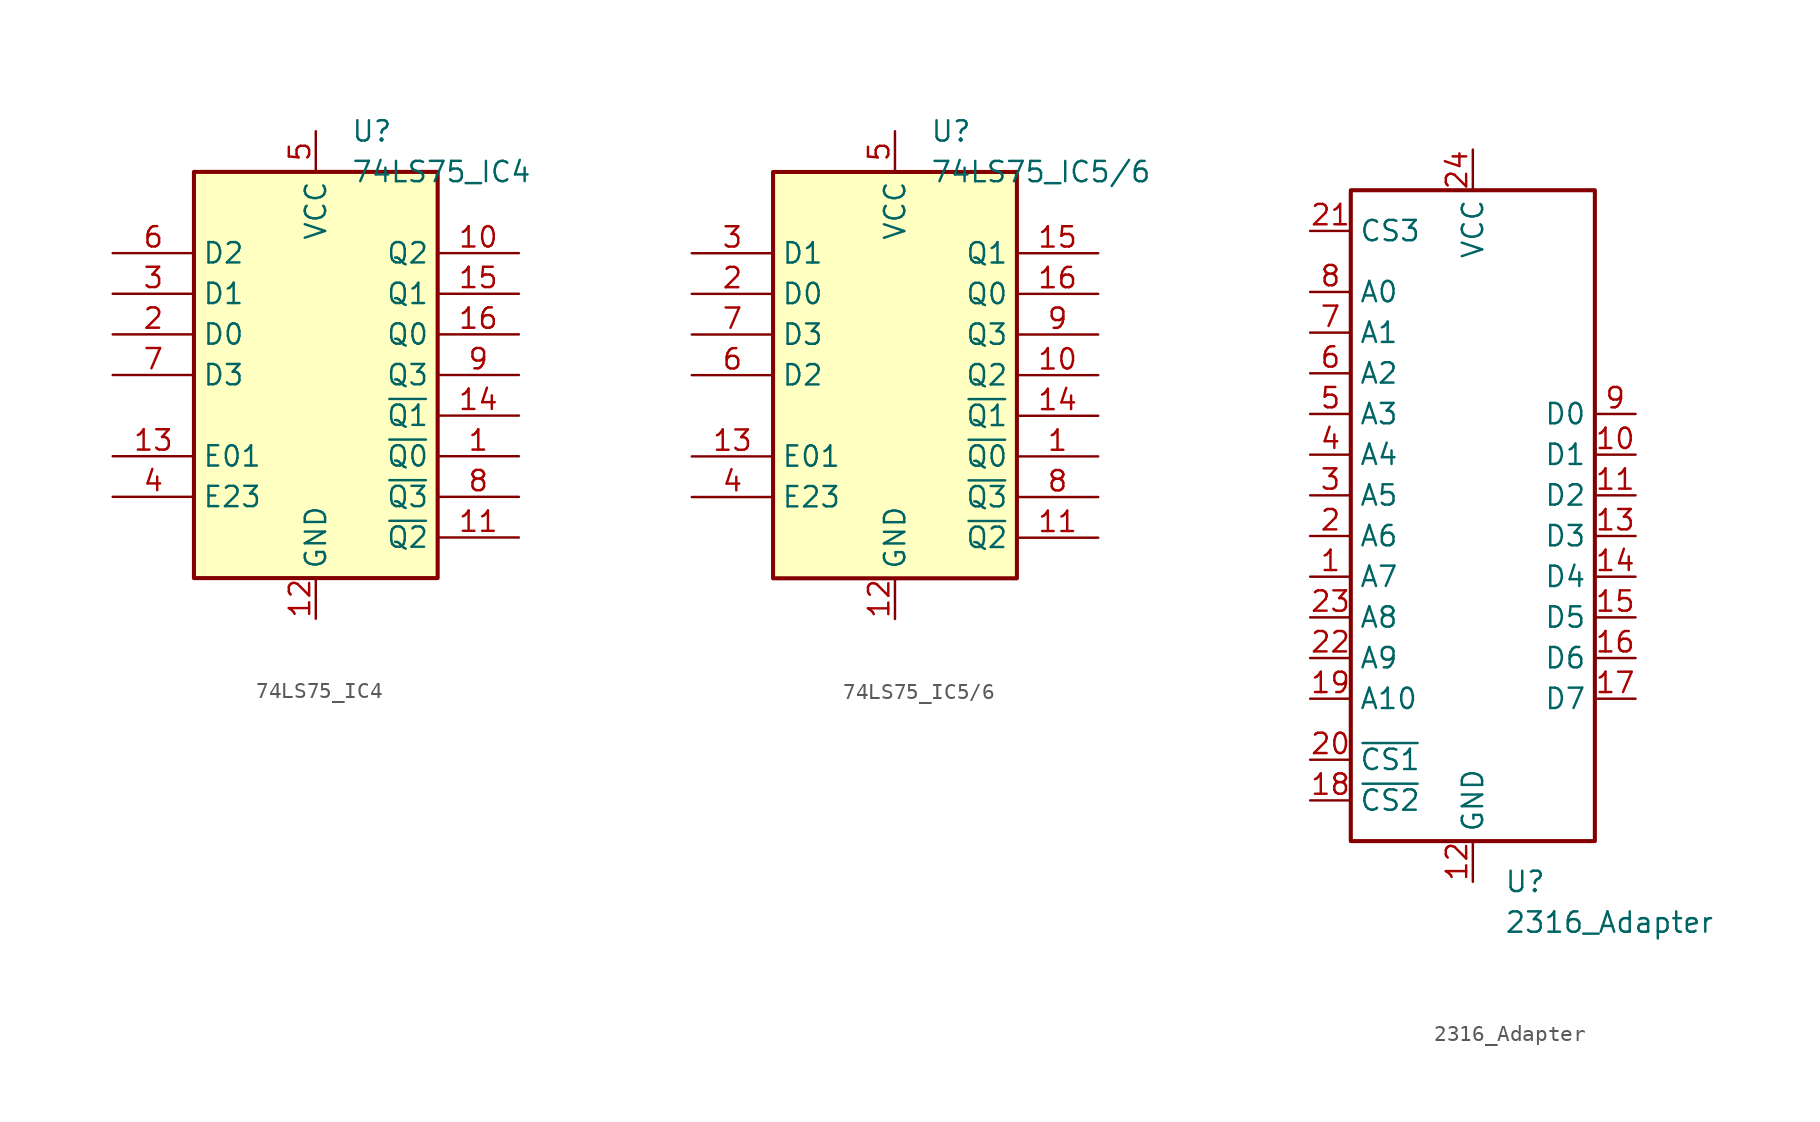
<source format=kicad_sym>
(kicad_symbol_lib
  (version 20231120)
  (generator "kicad_symbol_editor")
  (generator_version "8.0")
  (symbol "74LS75_IC4"
    (property "Reference" "U"
      (at 2.194 15.24 0)
      (effects (font (size 1.27 1.27)) (justify left)))
    (property "Value" "74LS75_IC4"
      (at 2.194 12.7 0)
      (effects (font (size 1.27 1.27)) (justify left)))
    (symbol "74LS75_IC4_1_0"
      (pin output line (at 12.7 -5.08 180) (length 5.08) (name "~{Q0}" (effects (font (size 1.27 1.27)))) (number "1" (effects (font (size 1.27 1.27)))))
      (pin output line (at 12.7 7.62 180) (length 5.08) (name "Q2" (effects (font (size 1.27 1.27)))) (number "10" (effects (font (size 1.27 1.27)))))
      (pin output line (at 12.7 -10.16 180) (length 5.08) (name "~{Q2}" (effects (font (size 1.27 1.27)))) (number "11" (effects (font (size 1.27 1.27)))))
      (pin power_in line (at 0 -15.24 90) (length 2.54) (name "GND" (effects (font (size 1.27 1.27)))) (number "12" (effects (font (size 1.27 1.27)))))
      (pin input line (at -12.7 -5.08 0) (length 5.08) (name "E01" (effects (font (size 1.27 1.27)))) (number "13" (effects (font (size 1.27 1.27)))))
      (pin output line (at 12.7 -2.54 180) (length 5.08) (name "~{Q1}" (effects (font (size 1.27 1.27)))) (number "14" (effects (font (size 1.27 1.27)))))
      (pin output line (at 12.7 5.08 180) (length 5.08) (name "Q1" (effects (font (size 1.27 1.27)))) (number "15" (effects (font (size 1.27 1.27)))))
      (pin output line (at 12.7 2.54 180) (length 5.08) (name "Q0" (effects (font (size 1.27 1.27)))) (number "16" (effects (font (size 1.27 1.27)))))
      (pin input line (at -12.7 2.54 0) (length 5.08) (name "D0" (effects (font (size 1.27 1.27)))) (number "2" (effects (font (size 1.27 1.27)))))
      (pin input line (at -12.7 5.08 0) (length 5.08) (name "D1" (effects (font (size 1.27 1.27)))) (number "3" (effects (font (size 1.27 1.27)))))
      (pin input line (at -12.7 -7.62 0) (length 5.08) (name "E23" (effects (font (size 1.27 1.27)))) (number "4" (effects (font (size 1.27 1.27)))))
      (pin power_in line (at 0 15.24 270) (length 2.54) (name "VCC" (effects (font (size 1.27 1.27)))) (number "5" (effects (font (size 1.27 1.27)))))
      (pin input line (at -12.7 7.62 0) (length 5.08) (name "D2" (effects (font (size 1.27 1.27)))) (number "6" (effects (font (size 1.27 1.27)))))
      (pin input line (at -12.7 0 0) (length 5.08) (name "D3" (effects (font (size 1.27 1.27)))) (number "7" (effects (font (size 1.27 1.27)))))
      (pin output line (at 12.7 -7.62 180) (length 5.08) (name "~{Q3}" (effects (font (size 1.27 1.27)))) (number "8" (effects (font (size 1.27 1.27)))))
      (pin output line (at 12.7 0 180) (length 5.08) (name "Q3" (effects (font (size 1.27 1.27)))) (number "9" (effects (font (size 1.27 1.27))))))
    (symbol "74LS75_IC4_1_1"
      (rectangle (start -7.62 12.7) (end 7.62 -12.7) (stroke (width 0.254) (type default)) (fill (type background)))))
  (symbol "74LS75_IC5/6"
    (property "Reference" "U"
      (at 2.194 15.24 0)
      (effects (font (size 1.27 1.27)) (justify left)))
    (property "Value" "74LS75_IC5/6"
      (at 2.194 12.7 0)
      (effects (font (size 1.27 1.27)) (justify left)))
    (symbol "74LS75_IC5/6_1_0"
      (pin output line (at 12.7 -5.08 180) (length 5.08) (name "~{Q0}" (effects (font (size 1.27 1.27)))) (number "1" (effects (font (size 1.27 1.27)))))
      (pin output line (at 12.7 0 180) (length 5.08) (name "Q2" (effects (font (size 1.27 1.27)))) (number "10" (effects (font (size 1.27 1.27)))))
      (pin output line (at 12.7 -10.16 180) (length 5.08) (name "~{Q2}" (effects (font (size 1.27 1.27)))) (number "11" (effects (font (size 1.27 1.27)))))
      (pin power_in line (at 0 -15.24 90) (length 2.54) (name "GND" (effects (font (size 1.27 1.27)))) (number "12" (effects (font (size 1.27 1.27)))))
      (pin input line (at -12.7 -5.08 0) (length 5.08) (name "E01" (effects (font (size 1.27 1.27)))) (number "13" (effects (font (size 1.27 1.27)))))
      (pin output line (at 12.7 -2.54 180) (length 5.08) (name "~{Q1}" (effects (font (size 1.27 1.27)))) (number "14" (effects (font (size 1.27 1.27)))))
      (pin output line (at 12.7 7.62 180) (length 5.08) (name "Q1" (effects (font (size 1.27 1.27)))) (number "15" (effects (font (size 1.27 1.27)))))
      (pin output line (at 12.7 5.08 180) (length 5.08) (name "Q0" (effects (font (size 1.27 1.27)))) (number "16" (effects (font (size 1.27 1.27)))))
      (pin input line (at -12.7 5.08 0) (length 5.08) (name "D0" (effects (font (size 1.27 1.27)))) (number "2" (effects (font (size 1.27 1.27)))))
      (pin input line (at -12.7 7.62 0) (length 5.08) (name "D1" (effects (font (size 1.27 1.27)))) (number "3" (effects (font (size 1.27 1.27)))))
      (pin input line (at -12.7 -7.62 0) (length 5.08) (name "E23" (effects (font (size 1.27 1.27)))) (number "4" (effects (font (size 1.27 1.27)))))
      (pin power_in line (at 0 15.24 270) (length 2.54) (name "VCC" (effects (font (size 1.27 1.27)))) (number "5" (effects (font (size 1.27 1.27)))))
      (pin input line (at -12.7 0 0) (length 5.08) (name "D2" (effects (font (size 1.27 1.27)))) (number "6" (effects (font (size 1.27 1.27)))))
      (pin input line (at -12.7 2.54 0) (length 5.08) (name "D3" (effects (font (size 1.27 1.27)))) (number "7" (effects (font (size 1.27 1.27)))))
      (pin output line (at 12.7 -7.62 180) (length 5.08) (name "~{Q3}" (effects (font (size 1.27 1.27)))) (number "8" (effects (font (size 1.27 1.27)))))
      (pin output line (at 12.7 2.54 180) (length 5.08) (name "Q3" (effects (font (size 1.27 1.27)))) (number "9" (effects (font (size 1.27 1.27))))))
    (symbol "74LS75_IC5/6_1_1"
      (rectangle (start -7.62 12.7) (end 7.62 -12.7) (stroke (width 0.254) (type default)) (fill (type background)))))
  (symbol "2316_Adapter"
    (property "Reference" "U"
      (at 1.956 -22.86 0)
      (effects (font (size 1.27 1.27)) (justify left)))
    (property "Value" "2316_Adapter"
      (at 1.956 -25.4 0)
      (effects (font (size 1.27 1.27)) (justify left)))
    (symbol "2316_Adapter_0_1"
      (rectangle (start -7.62 20.32) (end 7.62 -20.32) (stroke (width 0.254) (type default)) (fill (type none))))
    (symbol "2316_Adapter_1_1"
      (pin output line (at -10.16 -3.81 0) (length 2.54) (name "A7" (effects (font (size 1.27 1.27)))) (number "1" (effects (font (size 1.27 1.27)))))
      (pin bidirectional line (at 10.16 3.81 180) (length 2.54) (name "D1" (effects (font (size 1.27 1.27)))) (number "10" (effects (font (size 1.27 1.27)))))
      (pin bidirectional line (at 10.16 1.27 180) (length 2.54) (name "D2" (effects (font (size 1.27 1.27)))) (number "11" (effects (font (size 1.27 1.27)))))
      (pin power_in line (at 0 -22.86 90) (length 2.54) (name "GND" (effects (font (size 1.27 1.27)))) (number "12" (effects (font (size 1.27 1.27)))))
      (pin bidirectional line (at 10.16 -1.27 180) (length 2.54) (name "D3" (effects (font (size 1.27 1.27)))) (number "13" (effects (font (size 1.27 1.27)))))
      (pin bidirectional line (at 10.16 -3.81 180) (length 2.54) (name "D4" (effects (font (size 1.27 1.27)))) (number "14" (effects (font (size 1.27 1.27)))))
      (pin bidirectional line (at 10.16 -6.35 180) (length 2.54) (name "D5" (effects (font (size 1.27 1.27)))) (number "15" (effects (font (size 1.27 1.27)))))
      (pin bidirectional line (at 10.16 -8.89 180) (length 2.54) (name "D6" (effects (font (size 1.27 1.27)))) (number "16" (effects (font (size 1.27 1.27)))))
      (pin bidirectional line (at 10.16 -11.43 180) (length 2.54) (name "D7" (effects (font (size 1.27 1.27)))) (number "17" (effects (font (size 1.27 1.27)))))
      (pin power_in line (at -10.16 -17.78 0) (length 2.54) (name "~{CS2}" (effects (font (size 1.27 1.27)))) (number "18" (effects (font (size 1.27 1.27)))))
      (pin output line (at -10.16 -11.43 0) (length 2.54) (name "A10" (effects (font (size 1.27 1.27)))) (number "19" (effects (font (size 1.27 1.27)))))
      (pin output line (at -10.16 -1.27 0) (length 2.54) (name "A6" (effects (font (size 1.27 1.27)))) (number "2" (effects (font (size 1.27 1.27)))))
      (pin power_in line (at -10.16 -15.24 0) (length 2.54) (name "~{CS1}" (effects (font (size 1.27 1.27)))) (number "20" (effects (font (size 1.27 1.27)))))
      (pin power_in line (at -10.16 17.78 0) (length 2.54) (name "CS3" (effects (font (size 1.27 1.27)))) (number "21" (effects (font (size 1.27 1.27)))))
      (pin output line (at -10.16 -8.89 0) (length 2.54) (name "A9" (effects (font (size 1.27 1.27)))) (number "22" (effects (font (size 1.27 1.27)))))
      (pin output line (at -10.16 -6.35 0) (length 2.54) (name "A8" (effects (font (size 1.27 1.27)))) (number "23" (effects (font (size 1.27 1.27)))))
      (pin power_in line (at 0 22.86 270) (length 2.54) (name "VCC" (effects (font (size 1.27 1.27)))) (number "24" (effects (font (size 1.27 1.27)))))
      (pin output line (at -10.16 1.27 0) (length 2.54) (name "A5" (effects (font (size 1.27 1.27)))) (number "3" (effects (font (size 1.27 1.27)))))
      (pin output line (at -10.16 3.81 0) (length 2.54) (name "A4" (effects (font (size 1.27 1.27)))) (number "4" (effects (font (size 1.27 1.27)))))
      (pin output line (at -10.16 6.35 0) (length 2.54) (name "A3" (effects (font (size 1.27 1.27)))) (number "5" (effects (font (size 1.27 1.27)))))
      (pin output line (at -10.16 8.89 0) (length 2.54) (name "A2" (effects (font (size 1.27 1.27)))) (number "6" (effects (font (size 1.27 1.27)))))
      (pin output line (at -10.16 11.43 0) (length 2.54) (name "A1" (effects (font (size 1.27 1.27)))) (number "7" (effects (font (size 1.27 1.27)))))
      (pin output line (at -10.16 13.97 0) (length 2.54) (name "A0" (effects (font (size 1.27 1.27)))) (number "8" (effects (font (size 1.27 1.27)))))
      (pin bidirectional line (at 10.16 6.35 180) (length 2.54) (name "D0" (effects (font (size 1.27 1.27)))) (number "9" (effects (font (size 1.27 1.27))))))))
</source>
